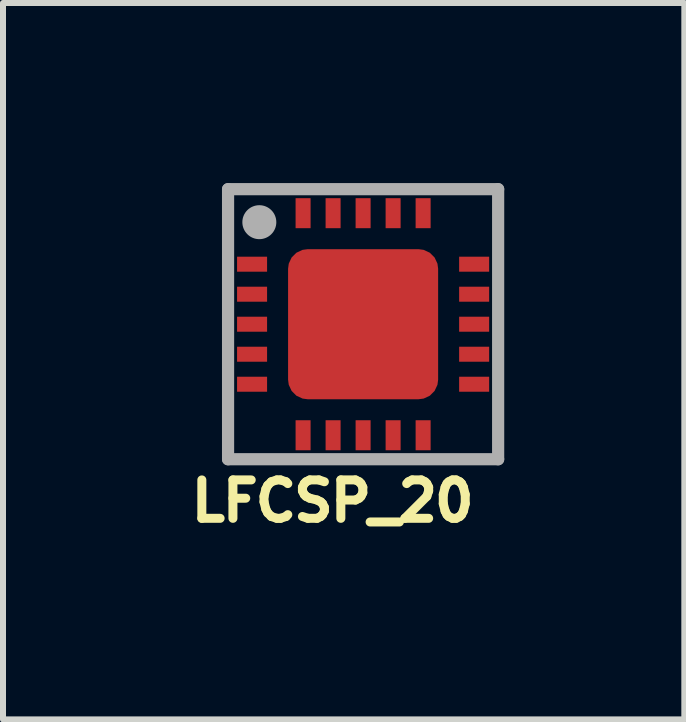
<source format=kicad_pcb>
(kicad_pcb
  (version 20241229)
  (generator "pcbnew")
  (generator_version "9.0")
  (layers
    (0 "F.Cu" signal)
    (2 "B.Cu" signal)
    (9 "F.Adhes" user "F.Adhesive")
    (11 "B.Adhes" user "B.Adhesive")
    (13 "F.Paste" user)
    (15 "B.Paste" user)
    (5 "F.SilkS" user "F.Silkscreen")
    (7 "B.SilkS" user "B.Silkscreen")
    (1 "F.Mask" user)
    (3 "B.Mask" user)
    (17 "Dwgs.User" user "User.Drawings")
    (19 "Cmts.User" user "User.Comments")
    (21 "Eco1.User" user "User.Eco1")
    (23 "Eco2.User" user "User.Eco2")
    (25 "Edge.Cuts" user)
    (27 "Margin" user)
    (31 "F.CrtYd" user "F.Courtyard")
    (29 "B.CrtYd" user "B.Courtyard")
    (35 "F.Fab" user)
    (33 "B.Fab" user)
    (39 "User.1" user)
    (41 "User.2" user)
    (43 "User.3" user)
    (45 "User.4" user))
  (footprint "LFCSP_20"
    (layer "F.Cu")
    (at 3 2.352)
    (property "Reference" "LFCSP_20" (at -0.508 2.946 0) (layer "F.SilkS") (effects (font (size 0.64 0.64) (thickness 0.15))))
    (attr smd)
    (fp_poly (pts (xy 0 -0.508) (xy 0.027 -0.507) (xy 0.053 -0.505) (xy 0.079 -0.502) (xy 0.106 -0.497) (xy 0.131 -0.491) (xy 0.157 -0.483) (xy 0.182 -0.474) (xy 0.207 -0.464) (xy 0.231 -0.453) (xy 0.254 -0.44) (xy 0.277 -0.426) (xy 0.299 -0.411) (xy 0.32 -0.395) (xy 0.34 -0.378) (xy 0.359 -0.359) (xy 0.378 -0.34) (xy 0.395 -0.32) (xy 0.411 -0.299) (xy 0.426 -0.277) (xy 0.44 -0.254) (xy 0.453 -0.231) (xy 0.464 -0.207) (xy 0.474 -0.182) (xy 0.483 -0.157) (xy 0.491 -0.131) (xy 0.497 -0.106) (xy 0.502 -0.079) (xy 0.505 -0.053) (xy 0.507 -0.027) (xy 0.508 0) (xy 0.507 0.027) (xy 0.505 0.053) (xy 0.502 0.079) (xy 0.497 0.106) (xy 0.491 0.131) (xy 0.483 0.157) (xy 0.474 0.182) (xy 0.464 0.207) (xy 0.453 0.231) (xy 0.44 0.254) (xy 0.426 0.277) (xy 0.411 0.299) (xy 0.395 0.32) (xy 0.378 0.34) (xy 0.359 0.359) (xy 0.34 0.378) (xy 0.32 0.395) (xy 0.299 0.411) (xy 0.277 0.426) (xy 0.254 0.44) (xy 0.231 0.453) (xy 0.207 0.464) (xy 0.182 0.474) (xy 0.157 0.483) (xy 0.131 0.491) (xy 0.106 0.497) (xy 0.079 0.502) (xy 0.053 0.505) (xy 0.027 0.507) (xy 0 0.508) (xy -0.027 0.507) (xy -0.053 0.505) (xy -0.079 0.502) (xy -0.106 0.497) (xy -0.131 0.491) (xy -0.157 0.483) (xy -0.182 0.474) (xy -0.207 0.464) (xy -0.231 0.453) (xy -0.254 0.44) (xy -0.277 0.426) (xy -0.299 0.411) (xy -0.32 0.395) (xy -0.34 0.378) (xy -0.359 0.359) (xy -0.378 0.34) (xy -0.395 0.32) (xy -0.411 0.299) (xy -0.426 0.277) (xy -0.44 0.254) (xy -0.453 0.231) (xy -0.464 0.207) (xy -0.474 0.182) (xy -0.483 0.157) (xy -0.491 0.131) (xy -0.497 0.106) (xy -0.502 0.079) (xy -0.505 0.053) (xy -0.507 0.027) (xy -0.508 0) (xy -0.507 -0.027) (xy -0.505 -0.053) (xy -0.502 -0.079) (xy -0.497 -0.106) (xy -0.491 -0.131) (xy -0.483 -0.157) (xy -0.474 -0.182) (xy -0.464 -0.207) (xy -0.453 -0.231) (xy -0.44 -0.254) (xy -0.426 -0.277) (xy -0.411 -0.299) (xy -0.395 -0.32) (xy -0.378 -0.34) (xy -0.359 -0.359) (xy -0.34 -0.378) (xy -0.32 -0.395) (xy -0.299 -0.411) (xy -0.277 -0.426) (xy -0.254 -0.44) (xy -0.231 -0.453) (xy -0.207 -0.464) (xy -0.182 -0.474) (xy -0.157 -0.483) (xy -0.131 -0.491) (xy -0.106 -0.497) (xy -0.079 -0.502) (xy -0.053 -0.505) (xy -0.027 -0.507) (xy 0 -0.508)) (stroke (width 0.127) (type solid)) (fill yes) (layer "F.Paste"))
    (fp_line (start -2.25 -2.25) (end -2.25 2.25) (stroke (width 0.203) (type solid)) (layer "F.Fab"))
    (fp_line (start -2.25 2.25) (end 2.25 2.25) (stroke (width 0.203) (type solid)) (layer "F.Fab"))
    (fp_line (start 2.25 -2.25) (end -2.25 -2.25) (stroke (width 0.203) (type solid)) (layer "F.Fab"))
    (fp_line (start 2.25 2.25) (end 2.25 -2.25) (stroke (width 0.203) (type solid)) (layer "F.Fab"))
    (fp_circle (center -1.729 -1.7) (end -1.446 -1.7) (stroke (width 0) (type solid)) (fill yes) (layer "F.Fab"))
    (pad "1" smd rect (at -1.85 -1 270) (size 0.25 0.5) (layers "F.Cu" "F.Mask" "F.Paste"))
    (pad "2" smd rect (at -1.85 -0.5 270) (size 0.25 0.5) (layers "F.Cu" "F.Mask" "F.Paste"))
    (pad "3" smd rect (at -1.85 0 270) (size 0.25 0.5) (layers "F.Cu" "F.Mask" "F.Paste"))
    (pad "4" smd rect (at -1.85 0.5 270) (size 0.25 0.5) (layers "F.Cu" "F.Mask" "F.Paste"))
    (pad "5" smd rect (at -1.85 1 270) (size 0.25 0.5) (layers "F.Cu" "F.Mask" "F.Paste"))
    (pad "6" smd rect (at -1 1.85) (size 0.25 0.5) (layers "F.Cu" "F.Mask" "F.Paste"))
    (pad "7" smd rect (at -0.5 1.85) (size 0.25 0.5) (layers "F.Cu" "F.Mask" "F.Paste"))
    (pad "8" smd rect (at 0 1.85) (size 0.25 0.5) (layers "F.Cu" "F.Mask" "F.Paste"))
    (pad "9" smd rect (at 0.5 1.85) (size 0.25 0.5) (layers "F.Cu" "F.Mask" "F.Paste"))
    (pad "10" smd rect (at 1 1.85) (size 0.25 0.5) (layers "F.Cu" "F.Mask" "F.Paste"))
    (pad "11" smd rect (at 1.85 1 90) (size 0.25 0.5) (layers "F.Cu" "F.Mask" "F.Paste"))
    (pad "12" smd rect (at 1.85 0.5 90) (size 0.25 0.5) (layers "F.Cu" "F.Mask" "F.Paste"))
    (pad "13" smd rect (at 1.85 0 90) (size 0.25 0.5) (layers "F.Cu" "F.Mask" "F.Paste"))
    (pad "14" smd rect (at 1.85 -0.5 90) (size 0.25 0.5) (layers "F.Cu" "F.Mask" "F.Paste"))
    (pad "15" smd rect (at 1.85 -1 90) (size 0.25 0.5) (layers "F.Cu" "F.Mask" "F.Paste"))
    (pad "16" smd rect (at 1 -1.85 180) (size 0.25 0.5) (layers "F.Cu" "F.Mask" "F.Paste"))
    (pad "17" smd rect (at 0.5 -1.85 180) (size 0.25 0.5) (layers "F.Cu" "F.Mask" "F.Paste"))
    (pad "18" smd rect (at 0 -1.85 180) (size 0.25 0.5) (layers "F.Cu" "F.Mask" "F.Paste"))
    (pad "19" smd rect (at -0.5 -1.85 180) (size 0.25 0.5) (layers "F.Cu" "F.Mask" "F.Paste"))
    (pad "20" smd rect (at -1 -1.85 180) (size 0.25 0.5) (layers "F.Cu" "F.Mask" "F.Paste"))
    (pad "PAD" smd roundrect (at 0 0) (size 2.5 2.5) (layers "F.Cu" "F.Mask") (roundrect_rratio 0.13)))
  (gr_rect
    (start -3 -3)
    (end 8.352 8.936)
    (stroke (width 0.1) (type default))
    (fill no)
    (layer "Edge.Cuts")))
</source>
